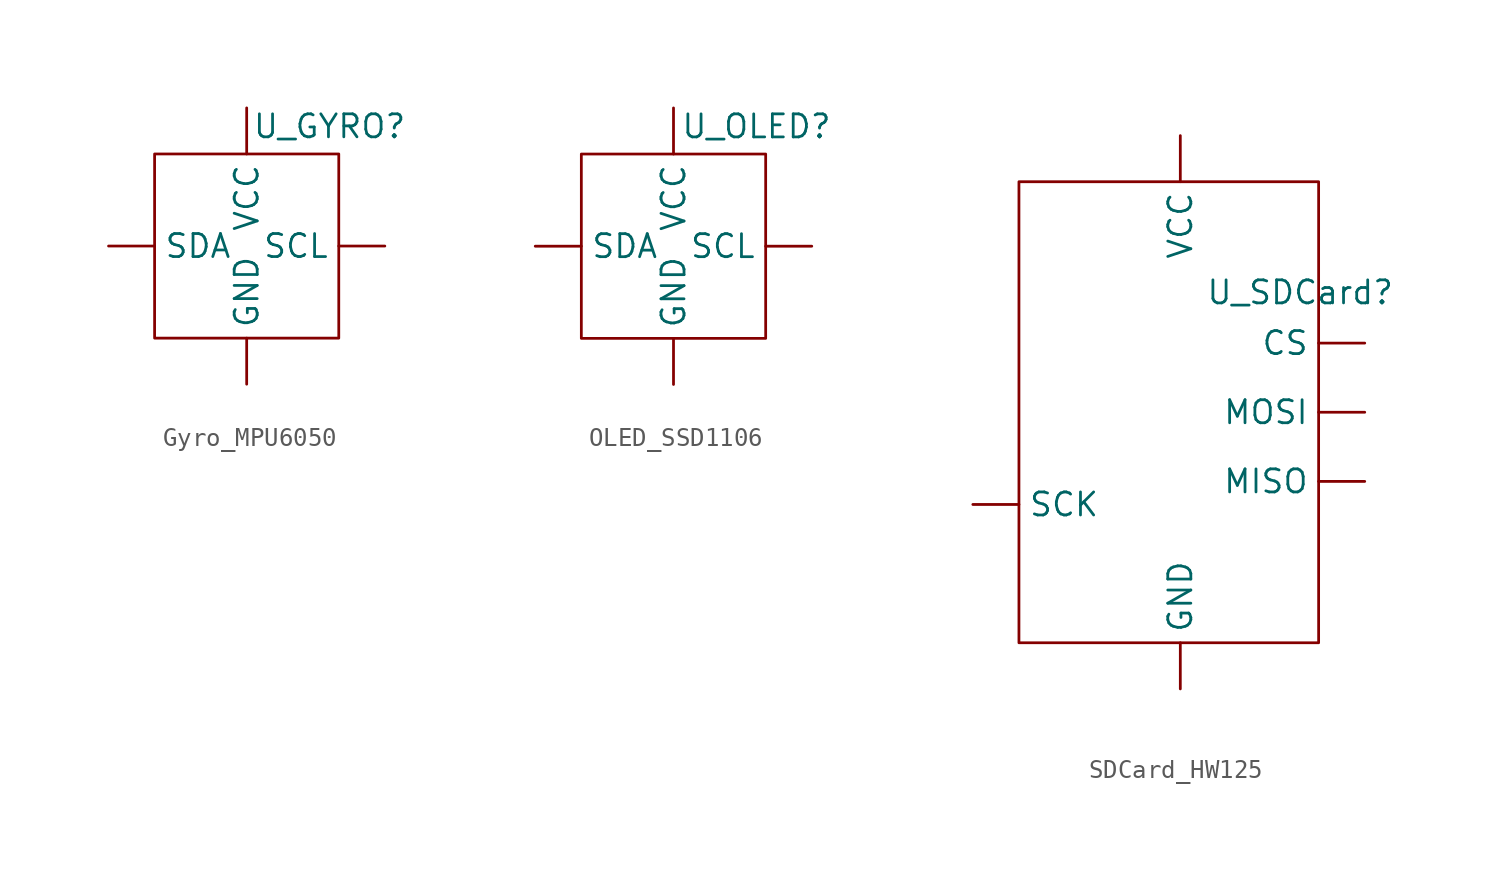
<source format=kicad_sym>
(kicad_symbol_lib
  (version 20231120)
  (generator "kicad_symbol_editor")
  (generator_version "8.0")
  (symbol "Gyro_MPU6050"
    (property "Reference" "U_GYRO"
      (at 4.572 6.604 0)
      (effects (font (size 1.27 1.27))))
    (property "Value" ""
      (at 0 0 0)
      (effects (font (size 1.27 1.27))))
    (symbol "Gyro_MPU6050_0_1"
      (rectangle (start -5.08 5.08) (end 5.08 -5.08) (stroke (width 0) (type default)) (fill (type none))))
    (symbol "Gyro_MPU6050_1_1"
      (pin power_in line (at 0 -7.62 90) (length 2.54) (name "GND" (effects (font (size 1.27 1.27)))) (number "" (effects (font (size 1.27 1.27)))))
      (pin input line (at 7.62 0 180) (length 2.54) (name "SCL" (effects (font (size 1.27 1.27)))) (number "" (effects (font (size 1.27 1.27)))))
      (pin input line (at -7.62 0 0) (length 2.54) (name "SDA" (effects (font (size 1.27 1.27)))) (number "" (effects (font (size 1.27 1.27)))))
      (pin power_in line (at 0 7.62 270) (length 2.54) (name "VCC" (effects (font (size 1.27 1.27)))) (number "" (effects (font (size 1.27 1.27)))))))
  (symbol "OLED_SSD1106"
    (property "Reference" "U_OLED"
      (at 4.572 6.604 0)
      (effects (font (size 1.27 1.27))))
    (property "Value" ""
      (at 0 0 0)
      (effects (font (size 1.27 1.27))))
    (symbol "OLED_SSD1106_0_1"
      (rectangle (start -5.08 5.08) (end 5.08 -5.08) (stroke (width 0) (type default)) (fill (type none))))
    (symbol "OLED_SSD1106_1_1"
      (pin power_in line (at 0 -7.62 90) (length 2.54) (name "GND" (effects (font (size 1.27 1.27)))) (number "" (effects (font (size 1.27 1.27)))))
      (pin input line (at 7.62 0 180) (length 2.54) (name "SCL" (effects (font (size 1.27 1.27)))) (number "" (effects (font (size 1.27 1.27)))))
      (pin input line (at -7.62 0 0) (length 2.54) (name "SDA" (effects (font (size 1.27 1.27)))) (number "" (effects (font (size 1.27 1.27)))))
      (pin power_in line (at 0 7.62 270) (length 2.54) (name "VCC" (effects (font (size 1.27 1.27)))) (number "" (effects (font (size 1.27 1.27)))))))
  (symbol "SDCard_HW125"
    (property "Reference" "U_SDCard"
      (at 6.604 6.604 0)
      (effects (font (size 1.27 1.27))))
    (property "Value" ""
      (at 0 0 0)
      (effects (font (size 1.27 1.27))))
    (symbol "SDCard_HW125_0_1"
      (rectangle (start -8.89 12.7) (end 7.62 -12.7) (stroke (width 0) (type default)) (fill (type none))))
    (symbol "SDCard_HW125_1_1"
      (pin input line (at 10.16 3.81 180) (length 2.54) (name "CS" (effects (font (size 1.27 1.27)))) (number "" (effects (font (size 1.27 1.27)))))
      (pin power_in line (at 0 -15.24 90) (length 2.54) (name "GND" (effects (font (size 1.27 1.27)))) (number "" (effects (font (size 1.27 1.27)))))
      (pin input line (at 10.16 -3.81 180) (length 2.54) (name "MISO" (effects (font (size 1.27 1.27)))) (number "" (effects (font (size 1.27 1.27)))))
      (pin input line (at 10.16 0 180) (length 2.54) (name "MOSI" (effects (font (size 1.27 1.27)))) (number "" (effects (font (size 1.27 1.27)))))
      (pin input line (at -11.43 -5.08 0) (length 2.54) (name "SCK" (effects (font (size 1.27 1.27)))) (number "" (effects (font (size 1.27 1.27)))))
      (pin power_in line (at 0 15.24 270) (length 2.54) (name "VCC" (effects (font (size 1.27 1.27)))) (number "" (effects (font (size 1.27 1.27))))))))
</source>
